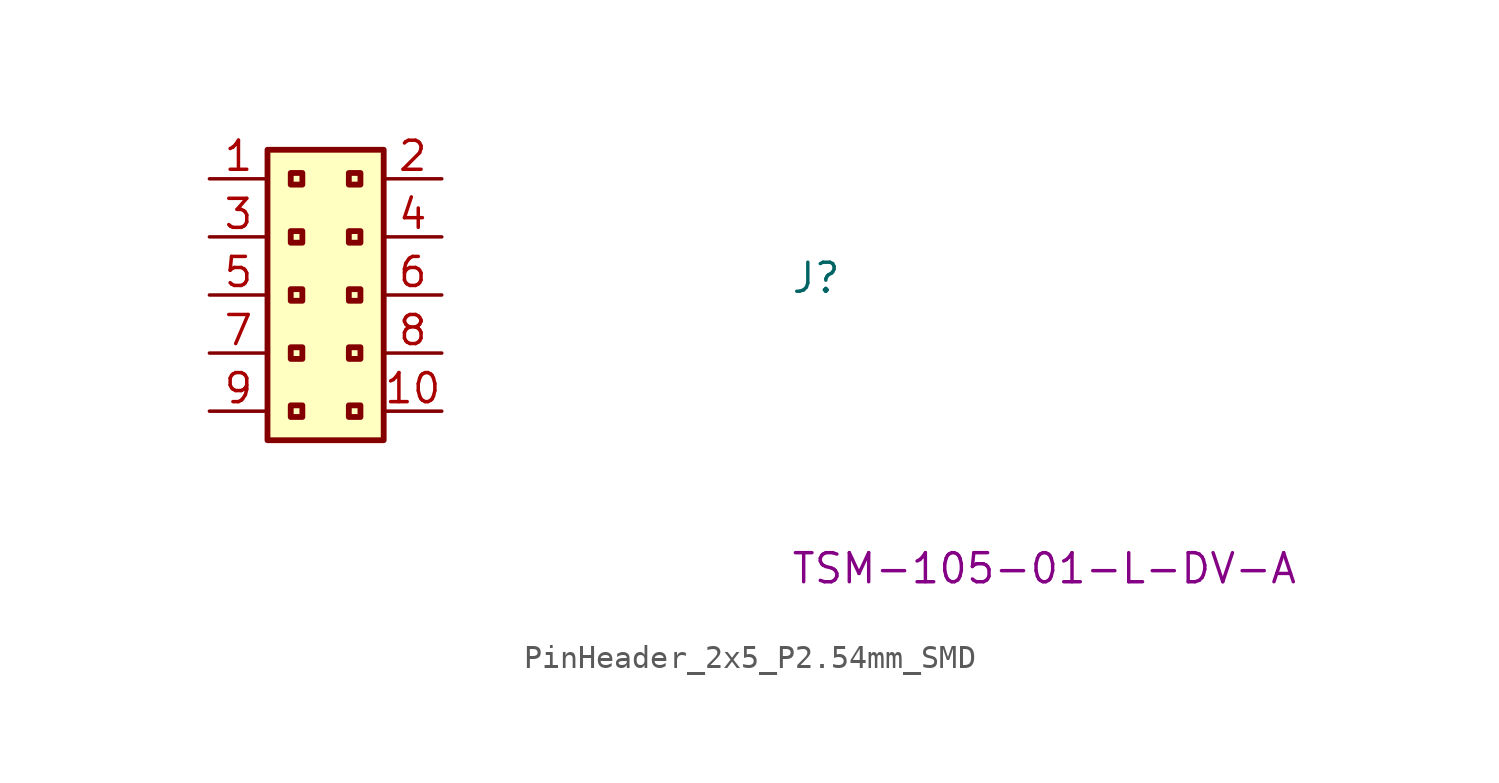
<source format=kicad_sym>
(kicad_symbol_lib
  (version 20220914)
  (generator kicad_symbol_editor)
  (symbol "PinHeader_2x5_P2.54mm_SMD"
    (property "Reference" "J"
      (at 25.4 -5.08 0)
      (effects (font (size 1.27 1.27) (thickness 0.15)) (justify left bottom)))
    (property "MPN" "TSM-105-01-L-DV-A"
      (at 25.4 -17.78 0)
      (effects (font (size 1.27 1.27) (thickness 0.15)) (justify left bottom)))
    (symbol "PinHeader_2x5_P2.54mm_SMD_1_1"
      (rectangle (start 2.54 1.27) (end 7.62 -11.43) (stroke (width 0.254) (type default)) (fill (type background)))
      (rectangle (start 3.556 -9.906) (end 4.064 -10.414) (stroke (width 0.254) (type default)) (fill (type background)))
      (rectangle (start 3.556 -7.366) (end 4.064 -7.874) (stroke (width 0.254) (type default)) (fill (type background)))
      (rectangle (start 3.556 -4.826) (end 4.064 -5.334) (stroke (width 0.254) (type default)) (fill (type background)))
      (rectangle (start 3.556 -2.286) (end 4.064 -2.794) (stroke (width 0.254) (type default)) (fill (type background)))
      (rectangle (start 3.556 0.254) (end 4.064 -0.254) (stroke (width 0.254) (type default)) (fill (type background)))
      (rectangle (start 6.096 -9.906) (end 6.604 -10.414) (stroke (width 0.254) (type default)) (fill (type background)))
      (rectangle (start 6.096 -7.366) (end 6.604 -7.874) (stroke (width 0.254) (type default)) (fill (type background)))
      (rectangle (start 6.096 -4.826) (end 6.604 -5.334) (stroke (width 0.254) (type default)) (fill (type background)))
      (rectangle (start 6.096 -2.286) (end 6.604 -2.794) (stroke (width 0.254) (type default)) (fill (type background)))
      (rectangle (start 6.096 0.254) (end 6.604 -0.254) (stroke (width 0.254) (type default)) (fill (type background)))
      (pin passive line (at 0 0 0) (length 2.54) (name "~" (effects (font (size 1.27 1.27)))) (number "1" (effects (font (size 1.27 1.27)))))
      (pin passive line (at 10.16 -10.16 180) (length 2.54) (name "~" (effects (font (size 1.27 1.27)))) (number "10" (effects (font (size 1.27 1.27)))))
      (pin passive line (at 10.16 0 180) (length 2.54) (name "~" (effects (font (size 1.27 1.27)))) (number "2" (effects (font (size 1.27 1.27)))))
      (pin passive line (at 0 -2.54 0) (length 2.54) (name "~" (effects (font (size 1.27 1.27)))) (number "3" (effects (font (size 1.27 1.27)))))
      (pin passive line (at 10.16 -2.54 180) (length 2.54) (name "~" (effects (font (size 1.27 1.27)))) (number "4" (effects (font (size 1.27 1.27)))))
      (pin passive line (at 0 -5.08 0) (length 2.54) (name "~" (effects (font (size 1.27 1.27)))) (number "5" (effects (font (size 1.27 1.27)))))
      (pin passive line (at 10.16 -5.08 180) (length 2.54) (name "~" (effects (font (size 1.27 1.27)))) (number "6" (effects (font (size 1.27 1.27)))))
      (pin passive line (at 0 -7.62 0) (length 2.54) (name "~" (effects (font (size 1.27 1.27)))) (number "7" (effects (font (size 1.27 1.27)))))
      (pin passive line (at 10.16 -7.62 180) (length 2.54) (name "~" (effects (font (size 1.27 1.27)))) (number "8" (effects (font (size 1.27 1.27)))))
      (pin passive line (at 0 -10.16 0) (length 2.54) (name "~" (effects (font (size 1.27 1.27)))) (number "9" (effects (font (size 1.27 1.27))))))))
</source>
